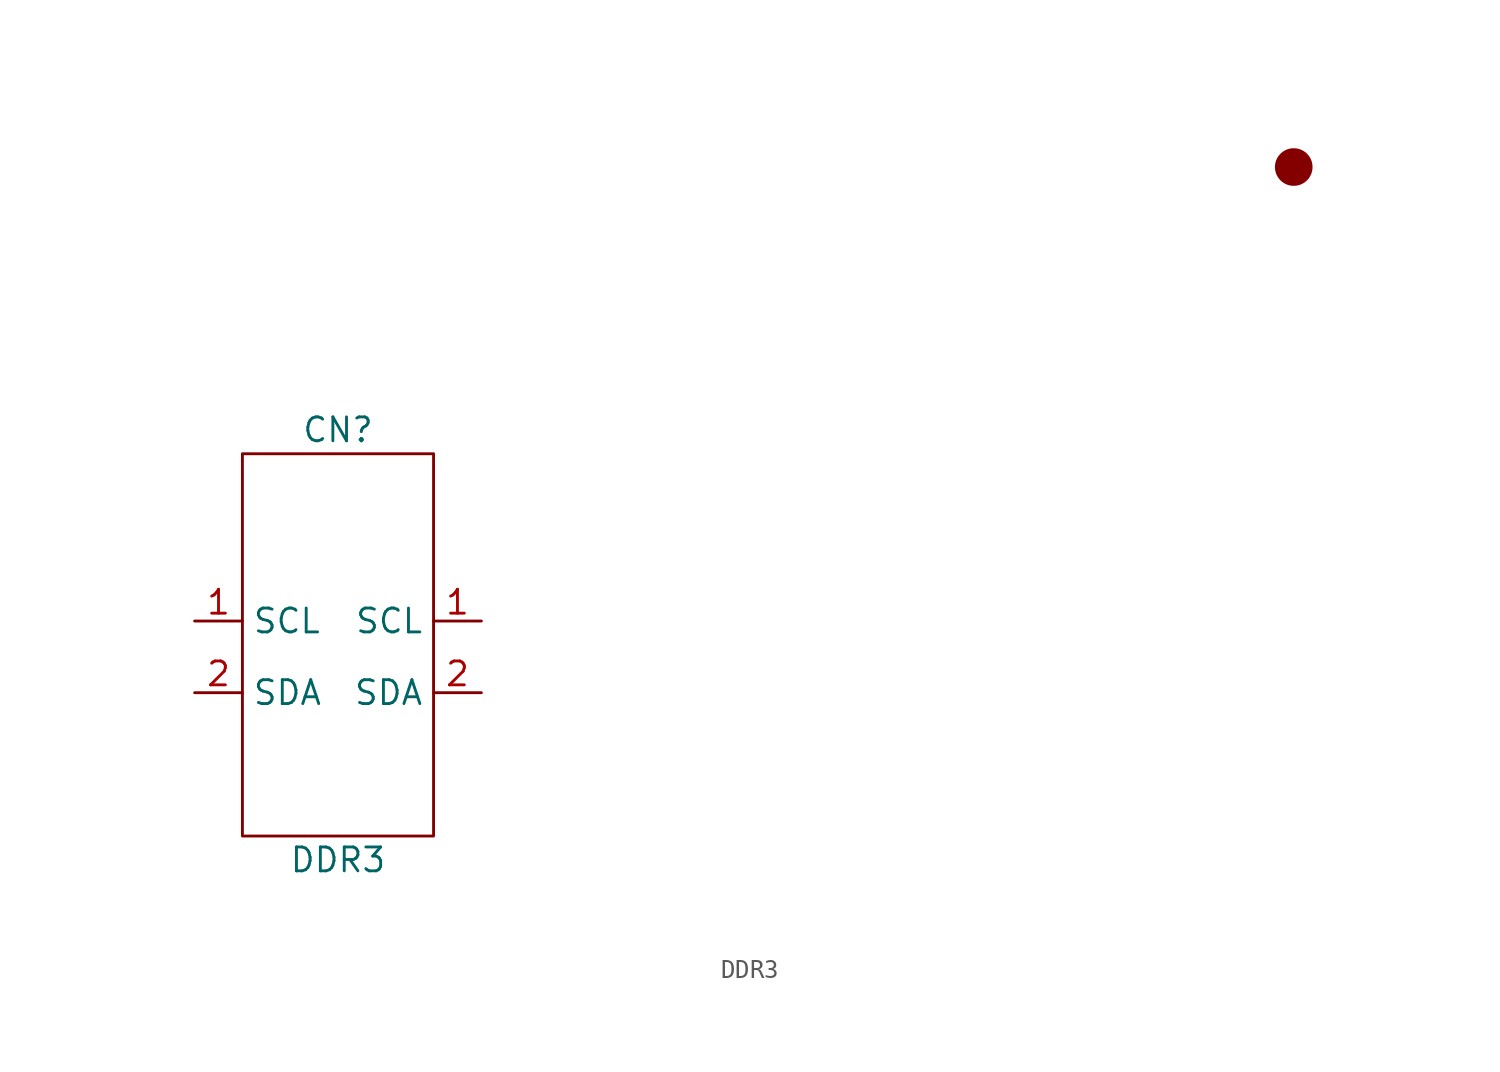
<source format=kicad_sym>
(kicad_symbol_lib
  (version 20211014)
  (generator kicad_symbol_editor)
  (symbol "DDR3"
    (property "Reference" "CN"
      (at 0 11.43 0)
      (effects (font (size 1.27 1.27))))
    (property "Value" "DDR3"
      (at 0 -11.43 0)
      (effects (font (size 1.27 1.27))))
    (symbol "DDR3_0_1"
      (rectangle (start -5.08 10.16) (end 5.08 -10.16) (stroke (width 0) (type default) (color 0 0 0 0)) (fill (type none)))
      (rectangle (start 50.8 25.4) (end 50.8 25.4) (stroke (width 0) (type default) (color 0 0 0 0)) (fill (type none)))
      (rectangle (start 50.8 25.4) (end 50.8 25.4) (stroke (width 0) (type default) (color 0 0 0 0)) (fill (type none)))
      (rectangle (start 50.8 25.4) (end 50.8 25.4) (stroke (width 0) (type default) (color 0 0 0 0)) (fill (type none)))
      (rectangle (start 50.8 25.4) (end 50.8 25.4) (stroke (width 0) (type default) (color 0 0 0 0)) (fill (type none)))
      (rectangle (start 50.8 25.4) (end 50.8 25.4) (stroke (width 0) (type default) (color 0 0 0 0)) (fill (type none)))
      (rectangle (start 50.8 25.4) (end 50.8 25.4) (stroke (width 0) (type default) (color 0 0 0 0)) (fill (type none)))
      (rectangle (start 50.8 25.4) (end 50.8 25.4) (stroke (width 0) (type default) (color 0 0 0 0)) (fill (type none)))
      (rectangle (start 50.8 25.4) (end 50.8 25.4) (stroke (width 0) (type default) (color 0 0 0 0)) (fill (type none)))
      (rectangle (start 50.8 25.4) (end 50.8 25.4) (stroke (width 0) (type default) (color 0 0 0 0)) (fill (type none)))
      (rectangle (start 50.8 25.4) (end 50.8 25.4) (stroke (width 0) (type default) (color 0 0 0 0)) (fill (type none)))
      (rectangle (start 50.8 25.4) (end 50.8 25.4) (stroke (width 0) (type default) (color 0 0 0 0)) (fill (type none)))
      (rectangle (start 50.8 25.4) (end 50.8 25.4) (stroke (width 2) (type default) (color 0 0 0 0)) (fill (type none))))
    (symbol "DDR3_1_1"
      (pin input line (at -7.62 1.27 0) (length 2.54) (name "SCL" (effects (font (size 1.27 1.27)))) (number "1" (effects (font (size 1.27 1.27)))))
      (pin input line (at 7.62 1.27 180) (length 2.54) (name "SCL" (effects (font (size 1.27 1.27)))) (number "1" (effects (font (size 1.27 1.27)))))
      (pin input line (at -7.62 -2.54 0) (length 2.54) (name "SDA" (effects (font (size 1.27 1.27)))) (number "2" (effects (font (size 1.27 1.27)))))
      (pin input line (at 7.62 -2.54 180) (length 2.54) (name "SDA" (effects (font (size 1.27 1.27)))) (number "2" (effects (font (size 1.27 1.27))))))))
</source>
